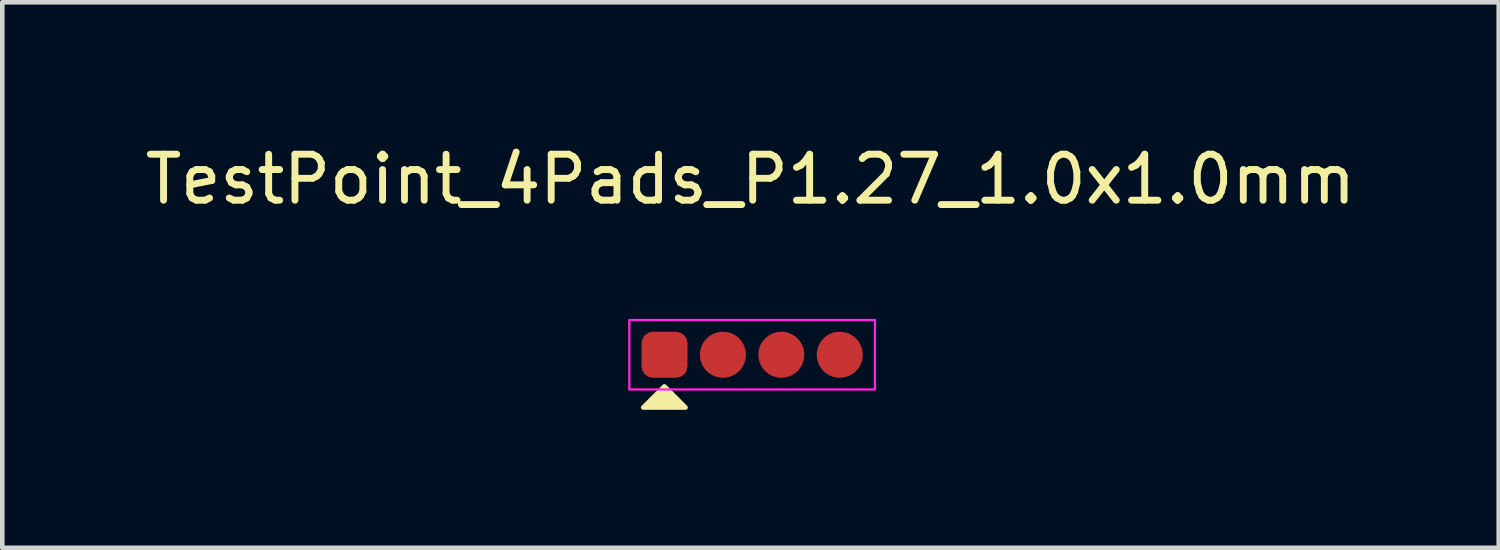
<source format=kicad_pcb>
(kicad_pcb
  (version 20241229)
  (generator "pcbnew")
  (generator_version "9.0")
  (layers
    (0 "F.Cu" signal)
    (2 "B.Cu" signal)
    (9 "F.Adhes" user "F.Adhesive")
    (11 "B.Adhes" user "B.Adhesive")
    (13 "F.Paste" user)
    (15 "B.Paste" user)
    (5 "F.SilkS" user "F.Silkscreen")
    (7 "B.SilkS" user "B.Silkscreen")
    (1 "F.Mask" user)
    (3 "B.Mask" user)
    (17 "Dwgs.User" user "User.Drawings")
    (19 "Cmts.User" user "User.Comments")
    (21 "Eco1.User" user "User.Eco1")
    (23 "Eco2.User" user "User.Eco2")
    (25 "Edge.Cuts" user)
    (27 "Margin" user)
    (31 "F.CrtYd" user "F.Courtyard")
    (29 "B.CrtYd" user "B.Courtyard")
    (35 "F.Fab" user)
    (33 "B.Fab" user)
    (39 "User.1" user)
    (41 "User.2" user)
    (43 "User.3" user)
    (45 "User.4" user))
  (footprint "TestPoint_4Pads_P1.27_1.0x1.0mm"
    (layer "F.Cu")
    (at 13.303 4.663)
    (property "Reference" "TestPoint_4Pads_P1.27_1.0x1.0mm" (at -0.035 -3.815 0) (unlocked yes) (layer "F.SilkS") (effects (font (size 1 1) (thickness 0.15))))
    (attr smd exclude_from_bom)
    (fp_poly (pts (xy -1.907 0.688) (xy -2.368 1.147) (xy -1.448 1.147)) (stroke (width 0.1) (type solid)) (fill yes) (layer "F.SilkS"))
    (fp_rect (start -2.67 -0.755) (end 2.67 0.755) (stroke (width 0.05) (type default)) (fill no) (layer "F.CrtYd"))
    (pad "1" smd roundrect (at -1.905 0) (size 1 1) (layers "F.Cu" "F.Mask") (roundrect_rratio 0.25))
    (pad "2" smd circle (at -0.635 0) (size 1 1) (layers "F.Cu" "F.Mask"))
    (pad "3" smd circle (at 0.635 0) (size 1 1) (layers "F.Cu" "F.Mask"))
    (pad "4" smd circle (at 1.905 0) (size 1 1) (layers "F.Cu" "F.Mask")))
  (gr_rect
    (start -3 -3)
    (end 29.536 8.861)
    (stroke (width 0.1) (type default))
    (fill no)
    (layer "Edge.Cuts")))
</source>
